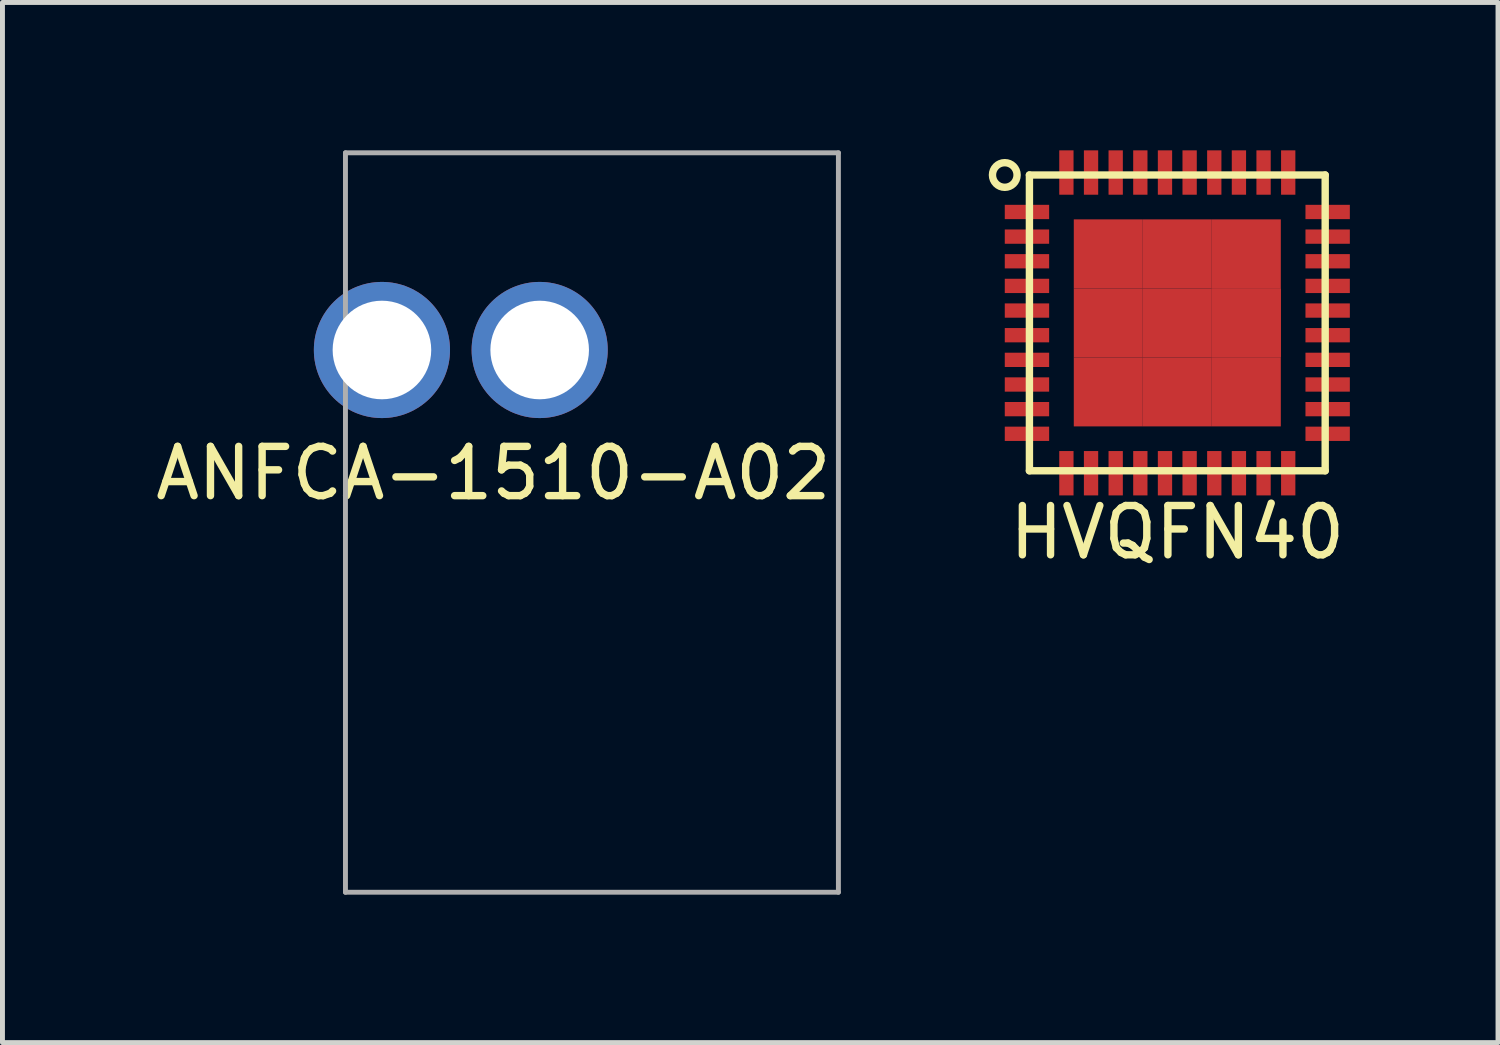
<source format=kicad_pcb>
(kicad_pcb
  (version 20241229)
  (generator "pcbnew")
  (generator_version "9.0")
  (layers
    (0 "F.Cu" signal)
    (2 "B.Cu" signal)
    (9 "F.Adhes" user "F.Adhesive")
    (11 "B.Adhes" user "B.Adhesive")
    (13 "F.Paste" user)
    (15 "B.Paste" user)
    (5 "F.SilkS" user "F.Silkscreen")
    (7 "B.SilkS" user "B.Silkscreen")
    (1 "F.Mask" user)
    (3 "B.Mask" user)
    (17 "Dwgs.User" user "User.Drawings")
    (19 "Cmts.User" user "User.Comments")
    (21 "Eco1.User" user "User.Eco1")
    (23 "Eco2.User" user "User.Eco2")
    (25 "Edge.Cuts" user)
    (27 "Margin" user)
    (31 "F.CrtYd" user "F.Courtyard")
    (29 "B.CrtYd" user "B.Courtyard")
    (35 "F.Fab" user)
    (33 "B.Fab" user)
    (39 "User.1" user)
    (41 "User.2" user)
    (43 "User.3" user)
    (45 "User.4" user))
  (footprint "ANFCA-1510-A02"
    (layer "F.Cu")
    (at 8.958 7.55)
    (property "Reference" "ANFCA-1510-A02" (at -2 -1 0) (layer "F.SilkS") (effects (font (size 1 1) (thickness 0.15))))
    (attr through_hole)
    (fp_circle (center -4.26 -3.5) (end -5.45 -3.5) (stroke (width 0.3) (type solid)) (fill no) (layer "B.Paste"))
    (fp_circle (center -1.06 -3.5) (end -2.251 -3.5) (stroke (width 0.3) (type solid)) (fill no) (layer "B.Paste"))
    (fp_line (start -5 -7.5) (end 5 -7.5) (stroke (width 0.1) (type solid)) (layer "F.Fab"))
    (fp_line (start -5 7.5) (end -5 -7.5) (stroke (width 0.1) (type solid)) (layer "F.Fab"))
    (fp_line (start 5 -7.5) (end 5 7.5) (stroke (width 0.1) (type solid)) (layer "F.Fab"))
    (fp_line (start 5 7.5) (end -5 7.5) (stroke (width 0.1) (type solid)) (layer "F.Fab"))
    (pad "1" thru_hole circle (at -4.26 -3.5) (size 2.762 2.762) (drill 2) (layers "*.Cu" "*.Mask"))
    (pad "2" thru_hole circle (at -1.06 -3.5) (size 2.762 2.762) (drill 2) (layers "*.Cu" "*.Mask")))
  (footprint "HVQFN40"
    (layer "F.Cu")
    (at 20.833 3.5)
    (property "Reference" "HVQFN40" (at 0 4.25 0) (layer "F.SilkS") (effects (font (size 1 1) (thickness 0.15))))
    (attr through_hole)
    (fp_line (start -3 -3) (end -3 3) (stroke (width 0.15) (type solid)) (layer "F.SilkS"))
    (fp_line (start -3 3) (end 3 3) (stroke (width 0.15) (type solid)) (layer "F.SilkS"))
    (fp_line (start 3 -3) (end -3 -3) (stroke (width 0.15) (type solid)) (layer "F.SilkS"))
    (fp_line (start 3 3) (end 3 -3) (stroke (width 0.15) (type solid)) (layer "F.SilkS"))
    (fp_circle (center -3.5 -3) (end -3.75 -3) (stroke (width 0.15) (type solid)) (fill no) (layer "F.SilkS"))
    (pad "1" smd rect (at -3.05 -2.25) (size 0.9 0.29) (layers "F.Cu" "F.Mask" "F.Paste"))
    (pad "2" smd rect (at -3.05 -1.75) (size 0.9 0.29) (layers "F.Cu" "F.Mask" "F.Paste"))
    (pad "3" smd rect (at -3.05 -1.25) (size 0.9 0.29) (layers "F.Cu" "F.Mask" "F.Paste"))
    (pad "4" smd rect (at -3.05 -0.75) (size 0.9 0.29) (layers "F.Cu" "F.Mask" "F.Paste"))
    (pad "5" smd rect (at -3.05 -0.25) (size 0.9 0.29) (layers "F.Cu" "F.Mask" "F.Paste"))
    (pad "6" smd rect (at -3.05 0.25) (size 0.9 0.29) (layers "F.Cu" "F.Mask" "F.Paste"))
    (pad "7" smd rect (at -3.05 0.75) (size 0.9 0.29) (layers "F.Cu" "F.Mask" "F.Paste"))
    (pad "8" smd rect (at -3.05 1.25) (size 0.9 0.29) (layers "F.Cu" "F.Mask" "F.Paste"))
    (pad "9" smd rect (at -3.05 1.75) (size 0.9 0.29) (layers "F.Cu" "F.Mask" "F.Paste"))
    (pad "10" smd rect (at -3.05 2.25) (size 0.9 0.29) (layers "F.Cu" "F.Mask" "F.Paste"))
    (pad "11" smd rect (at -2.25 3.05 90) (size 0.9 0.29) (layers "F.Cu" "F.Mask" "F.Paste"))
    (pad "12" smd rect (at -1.75 3.05 90) (size 0.9 0.29) (layers "F.Cu" "F.Mask" "F.Paste"))
    (pad "13" smd rect (at -1.25 3.05 90) (size 0.9 0.29) (layers "F.Cu" "F.Mask" "F.Paste"))
    (pad "14" smd rect (at -0.75 3.05 90) (size 0.9 0.29) (layers "F.Cu" "F.Mask" "F.Paste"))
    (pad "15" smd rect (at -0.25 3.05 90) (size 0.9 0.29) (layers "F.Cu" "F.Mask" "F.Paste"))
    (pad "16" smd rect (at 0.25 3.05 90) (size 0.9 0.29) (layers "F.Cu" "F.Mask" "F.Paste"))
    (pad "17" smd rect (at 0.75 3.05 90) (size 0.9 0.29) (layers "F.Cu" "F.Mask" "F.Paste"))
    (pad "18" smd rect (at 1.25 3.05 90) (size 0.9 0.29) (layers "F.Cu" "F.Mask" "F.Paste"))
    (pad "19" smd rect (at 1.75 3.05 90) (size 0.9 0.29) (layers "F.Cu" "F.Mask" "F.Paste"))
    (pad "20" smd rect (at 2.25 3.05 90) (size 0.9 0.29) (layers "F.Cu" "F.Mask" "F.Paste"))
    (pad "21" smd rect (at 3.05 2.25 180) (size 0.9 0.29) (layers "F.Cu" "F.Mask" "F.Paste"))
    (pad "22" smd rect (at 3.05 1.75 180) (size 0.9 0.29) (layers "F.Cu" "F.Mask" "F.Paste"))
    (pad "23" smd rect (at 3.05 1.25 180) (size 0.9 0.29) (layers "F.Cu" "F.Mask" "F.Paste"))
    (pad "24" smd rect (at 3.05 0.75 180) (size 0.9 0.29) (layers "F.Cu" "F.Mask" "F.Paste"))
    (pad "25" smd rect (at 3.05 0.25 180) (size 0.9 0.29) (layers "F.Cu" "F.Mask" "F.Paste"))
    (pad "26" smd rect (at 3.05 -0.25 180) (size 0.9 0.29) (layers "F.Cu" "F.Mask" "F.Paste"))
    (pad "27" smd rect (at 3.05 -0.75 180) (size 0.9 0.29) (layers "F.Cu" "F.Mask" "F.Paste"))
    (pad "28" smd rect (at 3.05 -1.25 180) (size 0.9 0.29) (layers "F.Cu" "F.Mask" "F.Paste"))
    (pad "29" smd rect (at 3.05 -1.75 180) (size 0.9 0.29) (layers "F.Cu" "F.Mask" "F.Paste"))
    (pad "30" smd rect (at 3.05 -2.25 180) (size 0.9 0.29) (layers "F.Cu" "F.Mask" "F.Paste"))
    (pad "31" smd rect (at 2.25 -3.05 270) (size 0.9 0.29) (layers "F.Cu" "F.Mask" "F.Paste"))
    (pad "32" smd rect (at 1.75 -3.05 270) (size 0.9 0.29) (layers "F.Cu" "F.Mask" "F.Paste"))
    (pad "33" smd rect (at 1.25 -3.05 270) (size 0.9 0.29) (layers "F.Cu" "F.Mask" "F.Paste"))
    (pad "34" smd rect (at 0.75 -3.05 270) (size 0.9 0.29) (layers "F.Cu" "F.Mask" "F.Paste"))
    (pad "35" smd rect (at 0.25 -3.05 270) (size 0.9 0.29) (layers "F.Cu" "F.Mask" "F.Paste"))
    (pad "36" smd rect (at -0.25 -3.05 270) (size 0.9 0.29) (layers "F.Cu" "F.Mask" "F.Paste"))
    (pad "37" smd rect (at -0.75 -3.05 270) (size 0.9 0.29) (layers "F.Cu" "F.Mask" "F.Paste"))
    (pad "38" smd rect (at -1.25 -3.05 270) (size 0.9 0.29) (layers "F.Cu" "F.Mask" "F.Paste"))
    (pad "39" smd rect (at -1.75 -3.05 270) (size 0.9 0.29) (layers "F.Cu" "F.Mask" "F.Paste"))
    (pad "40" smd rect (at -2.25 -3.05 270) (size 0.9 0.29) (layers "F.Cu" "F.Mask" "F.Paste"))
    (pad "TH" smd rect (at -1.4 -1.4) (size 1.4 1.4) (layers "F.Cu" "F.Mask" "F.Paste"))
    (pad "TH" smd rect (at -1.4 0) (size 1.4 1.4) (layers "F.Cu" "F.Mask" "F.Paste"))
    (pad "TH" smd rect (at -1.4 1.4) (size 1.4 1.4) (layers "F.Cu" "F.Mask" "F.Paste"))
    (pad "TH" smd rect (at 0 -1.4) (size 1.4 1.4) (layers "F.Cu" "F.Mask" "F.Paste"))
    (pad "TH" smd rect (at 0 0) (size 1.4 1.4) (layers "F.Cu" "F.Mask" "F.Paste"))
    (pad "TH" smd rect (at 0 1.4) (size 1.4 1.4) (layers "F.Cu" "F.Mask" "F.Paste"))
    (pad "TH" smd rect (at 1.4 -1.4 90) (size 1.4 1.4) (layers "F.Cu" "F.Mask" "F.Paste"))
    (pad "TH" smd rect (at 1.4 0) (size 1.4 1.4) (layers "F.Cu" "F.Mask" "F.Paste"))
    (pad "TH" smd rect (at 1.4 0) (size 1.4 1.4) (layers "F.Cu" "F.Mask" "F.Paste"))
    (pad "TH" smd rect (at 1.4 1.4 90) (size 1.4 1.4) (layers "F.Cu" "F.Mask" "F.Paste")))
  (gr_rect
    (start -3 -3)
    (end 27.339 18.1)
    (stroke (width 0.1) (type default))
    (fill no)
    (layer "Edge.Cuts")))
</source>
